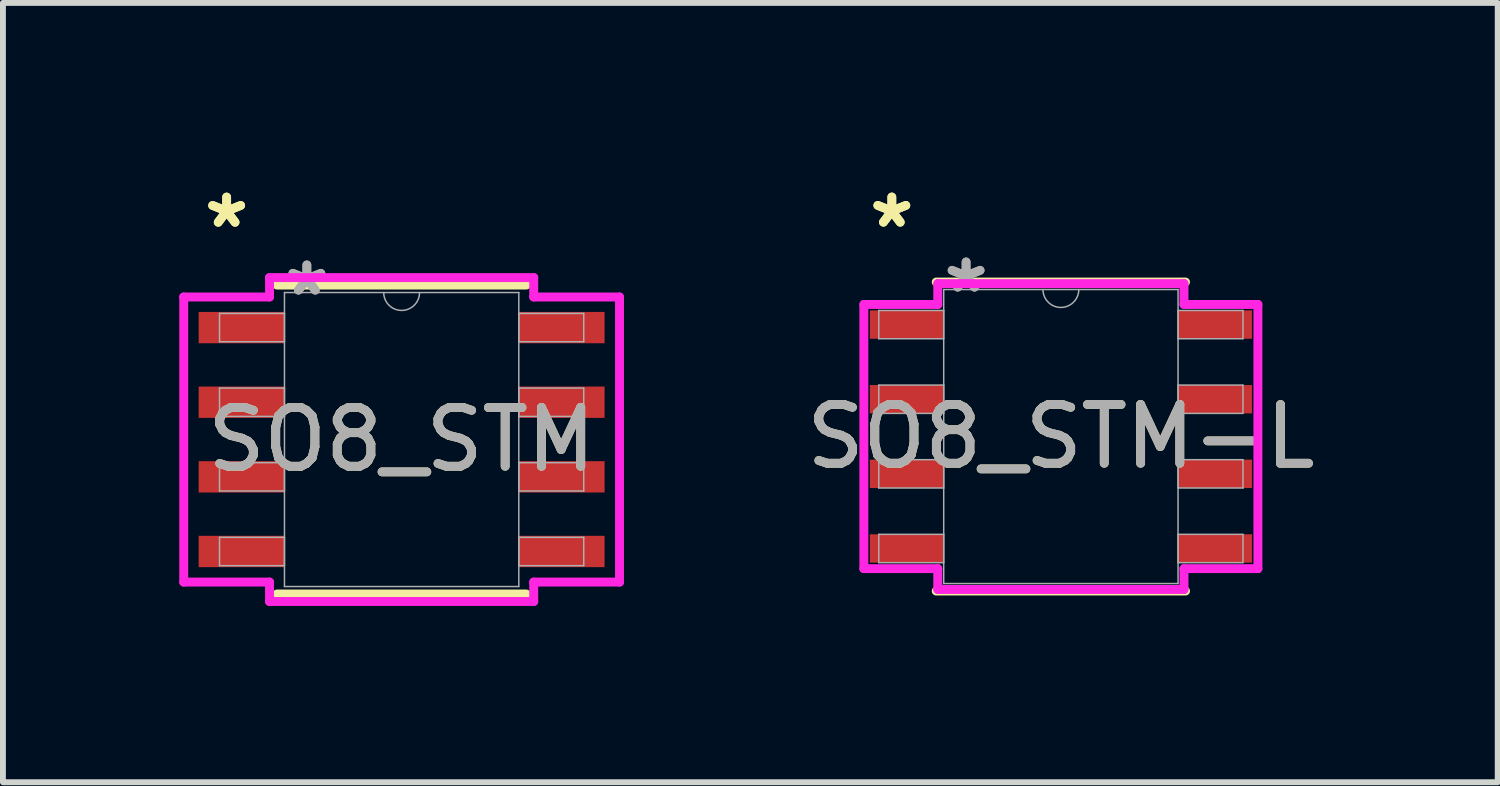
<source format=kicad_pcb>
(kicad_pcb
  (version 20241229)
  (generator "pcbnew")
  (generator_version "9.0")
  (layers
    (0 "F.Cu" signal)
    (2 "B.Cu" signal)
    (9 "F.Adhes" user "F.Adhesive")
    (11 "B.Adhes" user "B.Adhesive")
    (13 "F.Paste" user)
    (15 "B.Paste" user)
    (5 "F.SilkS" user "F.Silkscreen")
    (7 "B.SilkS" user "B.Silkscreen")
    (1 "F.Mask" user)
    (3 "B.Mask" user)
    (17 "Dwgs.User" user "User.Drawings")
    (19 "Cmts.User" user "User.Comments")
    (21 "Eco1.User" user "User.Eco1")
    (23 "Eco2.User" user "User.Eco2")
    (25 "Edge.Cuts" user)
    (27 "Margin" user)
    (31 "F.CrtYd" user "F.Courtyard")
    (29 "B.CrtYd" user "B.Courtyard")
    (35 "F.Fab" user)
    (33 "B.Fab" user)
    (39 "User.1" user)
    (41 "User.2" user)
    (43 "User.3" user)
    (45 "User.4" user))
  (footprint "SO8_STM"
    (layer "F.Cu")
    (at 3.785 4.43)
    (property "Reference" "SO8_STM" (at 0 0 0) (unlocked yes) (layer "F.SilkS") (effects (font (size 1 1) (thickness 0.15))))
    (attr smd)
    (fp_line (start -2.121 2.629) (end 2.121 2.629) (stroke (width 0.152) (type solid)) (layer "F.SilkS"))
    (fp_line (start 2.121 -2.629) (end -2.121 -2.629) (stroke (width 0.152) (type solid)) (layer "F.SilkS"))
    (fp_line (start -3.708 -2.426) (end -2.248 -2.426) (stroke (width 0.152) (type solid)) (layer "F.CrtYd"))
    (fp_line (start -3.708 2.426) (end -3.708 -2.426) (stroke (width 0.152) (type solid)) (layer "F.CrtYd"))
    (fp_line (start -3.708 2.426) (end -2.248 2.426) (stroke (width 0.152) (type solid)) (layer "F.CrtYd"))
    (fp_line (start -2.248 -2.756) (end 2.248 -2.756) (stroke (width 0.152) (type solid)) (layer "F.CrtYd"))
    (fp_line (start -2.248 -2.426) (end -2.248 -2.756) (stroke (width 0.152) (type solid)) (layer "F.CrtYd"))
    (fp_line (start -2.248 2.756) (end -2.248 2.426) (stroke (width 0.152) (type solid)) (layer "F.CrtYd"))
    (fp_line (start 2.248 -2.756) (end 2.248 -2.426) (stroke (width 0.152) (type solid)) (layer "F.CrtYd"))
    (fp_line (start 2.248 2.426) (end 2.248 2.756) (stroke (width 0.152) (type solid)) (layer "F.CrtYd"))
    (fp_line (start 2.248 2.756) (end -2.248 2.756) (stroke (width 0.152) (type solid)) (layer "F.CrtYd"))
    (fp_line (start 3.708 -2.426) (end 2.248 -2.426) (stroke (width 0.152) (type solid)) (layer "F.CrtYd"))
    (fp_line (start 3.708 -2.426) (end 3.708 2.426) (stroke (width 0.152) (type solid)) (layer "F.CrtYd"))
    (fp_line (start 3.708 2.426) (end 2.248 2.426) (stroke (width 0.152) (type solid)) (layer "F.CrtYd"))
    (fp_line (start -3.099 -2.146) (end -3.099 -1.664) (stroke (width 0.025) (type solid)) (layer "F.Fab"))
    (fp_line (start -3.099 -1.664) (end -1.994 -1.664) (stroke (width 0.025) (type solid)) (layer "F.Fab"))
    (fp_line (start -3.099 -0.876) (end -3.099 -0.394) (stroke (width 0.025) (type solid)) (layer "F.Fab"))
    (fp_line (start -3.099 -0.394) (end -1.994 -0.394) (stroke (width 0.025) (type solid)) (layer "F.Fab"))
    (fp_line (start -3.099 0.394) (end -3.099 0.876) (stroke (width 0.025) (type solid)) (layer "F.Fab"))
    (fp_line (start -3.099 0.876) (end -1.994 0.876) (stroke (width 0.025) (type solid)) (layer "F.Fab"))
    (fp_line (start -3.099 1.664) (end -3.099 2.146) (stroke (width 0.025) (type solid)) (layer "F.Fab"))
    (fp_line (start -3.099 2.146) (end -1.994 2.146) (stroke (width 0.025) (type solid)) (layer "F.Fab"))
    (fp_line (start -1.994 -2.502) (end -1.994 2.502) (stroke (width 0.025) (type solid)) (layer "F.Fab"))
    (fp_line (start -1.994 -2.146) (end -3.099 -2.146) (stroke (width 0.025) (type solid)) (layer "F.Fab"))
    (fp_line (start -1.994 -1.664) (end -1.994 -2.146) (stroke (width 0.025) (type solid)) (layer "F.Fab"))
    (fp_line (start -1.994 -0.876) (end -3.099 -0.876) (stroke (width 0.025) (type solid)) (layer "F.Fab"))
    (fp_line (start -1.994 -0.394) (end -1.994 -0.876) (stroke (width 0.025) (type solid)) (layer "F.Fab"))
    (fp_line (start -1.994 0.394) (end -3.099 0.394) (stroke (width 0.025) (type solid)) (layer "F.Fab"))
    (fp_line (start -1.994 0.876) (end -1.994 0.394) (stroke (width 0.025) (type solid)) (layer "F.Fab"))
    (fp_line (start -1.994 1.664) (end -3.099 1.664) (stroke (width 0.025) (type solid)) (layer "F.Fab"))
    (fp_line (start -1.994 2.146) (end -1.994 1.664) (stroke (width 0.025) (type solid)) (layer "F.Fab"))
    (fp_line (start -1.994 2.502) (end 1.994 2.502) (stroke (width 0.025) (type solid)) (layer "F.Fab"))
    (fp_line (start 1.994 -2.502) (end -1.994 -2.502) (stroke (width 0.025) (type solid)) (layer "F.Fab"))
    (fp_line (start 1.994 -2.146) (end 1.994 -1.664) (stroke (width 0.025) (type solid)) (layer "F.Fab"))
    (fp_line (start 1.994 -1.664) (end 3.099 -1.664) (stroke (width 0.025) (type solid)) (layer "F.Fab"))
    (fp_line (start 1.994 -0.876) (end 1.994 -0.394) (stroke (width 0.025) (type solid)) (layer "F.Fab"))
    (fp_line (start 1.994 -0.394) (end 3.099 -0.394) (stroke (width 0.025) (type solid)) (layer "F.Fab"))
    (fp_line (start 1.994 0.394) (end 1.994 0.876) (stroke (width 0.025) (type solid)) (layer "F.Fab"))
    (fp_line (start 1.994 0.876) (end 3.099 0.876) (stroke (width 0.025) (type solid)) (layer "F.Fab"))
    (fp_line (start 1.994 1.664) (end 1.994 2.146) (stroke (width 0.025) (type solid)) (layer "F.Fab"))
    (fp_line (start 1.994 2.146) (end 3.099 2.146) (stroke (width 0.025) (type solid)) (layer "F.Fab"))
    (fp_line (start 1.994 2.502) (end 1.994 -2.502) (stroke (width 0.025) (type solid)) (layer "F.Fab"))
    (fp_line (start 3.099 -2.146) (end 1.994 -2.146) (stroke (width 0.025) (type solid)) (layer "F.Fab"))
    (fp_line (start 3.099 -1.664) (end 3.099 -2.146) (stroke (width 0.025) (type solid)) (layer "F.Fab"))
    (fp_line (start 3.099 -0.876) (end 1.994 -0.876) (stroke (width 0.025) (type solid)) (layer "F.Fab"))
    (fp_line (start 3.099 -0.394) (end 3.099 -0.876) (stroke (width 0.025) (type solid)) (layer "F.Fab"))
    (fp_line (start 3.099 0.394) (end 1.994 0.394) (stroke (width 0.025) (type solid)) (layer "F.Fab"))
    (fp_line (start 3.099 0.876) (end 3.099 0.394) (stroke (width 0.025) (type solid)) (layer "F.Fab"))
    (fp_line (start 3.099 1.664) (end 1.994 1.664) (stroke (width 0.025) (type solid)) (layer "F.Fab"))
    (fp_line (start 3.099 2.146) (end 3.099 1.664) (stroke (width 0.025) (type solid)) (layer "F.Fab"))
    (fp_arc (start 0.3048 -2.5019) (mid 0 -2.1971) (end -0.3048 -2.5019) (stroke (width 0.0254) (type solid)) (layer "F.Fab"))
    (fp_text user "*" (at -2.978 -3.581 0) (layer "F.SilkS") (effects (font (size 1 1) (thickness 0.15))))
    (fp_text user "*" (at -2.978 -3.581 0) (unlocked yes) (layer "F.SilkS") (effects (font (size 1 1) (thickness 0.15))))
    (fp_text user "*" (at -1.613 -2.426 0) (unlocked yes) (layer "F.Fab") (effects (font (size 1 1) (thickness 0.15))))
    (fp_text user "${REFERENCE}" (at 0 0 0) (unlocked yes) (layer "F.Fab") (effects (font (size 1 1) (thickness 0.15))))
    (fp_text user "*" (at -1.613 -2.426 0) (layer "F.Fab") (effects (font (size 1 1) (thickness 0.15))))
    (pad "1" smd rect (at -2.724 -1.905) (size 1.46 0.533) (layers "F.Cu" "F.Mask" "F.Paste"))
    (pad "2" smd rect (at -2.724 -0.635) (size 1.46 0.533) (layers "F.Cu" "F.Mask" "F.Paste"))
    (pad "3" smd rect (at -2.724 0.635) (size 1.46 0.533) (layers "F.Cu" "F.Mask" "F.Paste"))
    (pad "4" smd rect (at -2.724 1.905) (size 1.46 0.533) (layers "F.Cu" "F.Mask" "F.Paste"))
    (pad "5" smd rect (at 2.724 1.905) (size 1.46 0.533) (layers "F.Cu" "F.Mask" "F.Paste"))
    (pad "6" smd rect (at 2.724 0.635) (size 1.46 0.533) (layers "F.Cu" "F.Mask" "F.Paste"))
    (pad "7" smd rect (at 2.724 -0.635) (size 1.46 0.533) (layers "F.Cu" "F.Mask" "F.Paste"))
    (pad "8" smd rect (at 2.724 -1.905) (size 1.46 0.533) (layers "F.Cu" "F.Mask" "F.Paste")))
  (footprint "SO8_STM-L"
    (layer "F.Cu")
    (at 15.004 4.379)
    (property "Reference" "SO8_STM-L" (at 0 0 0) (unlocked yes) (layer "F.SilkS") (effects (font (size 1 1) (thickness 0.15))))
    (attr smd)
    (fp_line (start -2.121 2.629) (end 2.121 2.629) (stroke (width 0.152) (type solid)) (layer "F.SilkS"))
    (fp_line (start 2.121 -2.629) (end -2.121 -2.629) (stroke (width 0.152) (type solid)) (layer "F.SilkS"))
    (fp_line (start -3.353 -2.248) (end -2.095 -2.248) (stroke (width 0.152) (type solid)) (layer "F.CrtYd"))
    (fp_line (start -3.353 2.248) (end -3.353 -2.248) (stroke (width 0.152) (type solid)) (layer "F.CrtYd"))
    (fp_line (start -3.353 2.248) (end -2.095 2.248) (stroke (width 0.152) (type solid)) (layer "F.CrtYd"))
    (fp_line (start -2.095 -2.603) (end 2.095 -2.603) (stroke (width 0.152) (type solid)) (layer "F.CrtYd"))
    (fp_line (start -2.095 -2.248) (end -2.095 -2.603) (stroke (width 0.152) (type solid)) (layer "F.CrtYd"))
    (fp_line (start -2.095 2.603) (end -2.095 2.248) (stroke (width 0.152) (type solid)) (layer "F.CrtYd"))
    (fp_line (start 2.095 -2.603) (end 2.095 -2.248) (stroke (width 0.152) (type solid)) (layer "F.CrtYd"))
    (fp_line (start 2.095 2.248) (end 2.095 2.603) (stroke (width 0.152) (type solid)) (layer "F.CrtYd"))
    (fp_line (start 2.095 2.603) (end -2.095 2.603) (stroke (width 0.152) (type solid)) (layer "F.CrtYd"))
    (fp_line (start 3.353 -2.248) (end 2.095 -2.248) (stroke (width 0.152) (type solid)) (layer "F.CrtYd"))
    (fp_line (start 3.353 -2.248) (end 3.353 2.248) (stroke (width 0.152) (type solid)) (layer "F.CrtYd"))
    (fp_line (start 3.353 2.248) (end 2.095 2.248) (stroke (width 0.152) (type solid)) (layer "F.CrtYd"))
    (fp_line (start -3.099 -2.146) (end -3.099 -1.664) (stroke (width 0.025) (type solid)) (layer "F.Fab"))
    (fp_line (start -3.099 -1.664) (end -1.994 -1.664) (stroke (width 0.025) (type solid)) (layer "F.Fab"))
    (fp_line (start -3.099 -0.876) (end -3.099 -0.394) (stroke (width 0.025) (type solid)) (layer "F.Fab"))
    (fp_line (start -3.099 -0.394) (end -1.994 -0.394) (stroke (width 0.025) (type solid)) (layer "F.Fab"))
    (fp_line (start -3.099 0.394) (end -3.099 0.876) (stroke (width 0.025) (type solid)) (layer "F.Fab"))
    (fp_line (start -3.099 0.876) (end -1.994 0.876) (stroke (width 0.025) (type solid)) (layer "F.Fab"))
    (fp_line (start -3.099 1.664) (end -3.099 2.146) (stroke (width 0.025) (type solid)) (layer "F.Fab"))
    (fp_line (start -3.099 2.146) (end -1.994 2.146) (stroke (width 0.025) (type solid)) (layer "F.Fab"))
    (fp_line (start -1.994 -2.502) (end -1.994 2.502) (stroke (width 0.025) (type solid)) (layer "F.Fab"))
    (fp_line (start -1.994 -2.146) (end -3.099 -2.146) (stroke (width 0.025) (type solid)) (layer "F.Fab"))
    (fp_line (start -1.994 -1.664) (end -1.994 -2.146) (stroke (width 0.025) (type solid)) (layer "F.Fab"))
    (fp_line (start -1.994 -0.876) (end -3.099 -0.876) (stroke (width 0.025) (type solid)) (layer "F.Fab"))
    (fp_line (start -1.994 -0.394) (end -1.994 -0.876) (stroke (width 0.025) (type solid)) (layer "F.Fab"))
    (fp_line (start -1.994 0.394) (end -3.099 0.394) (stroke (width 0.025) (type solid)) (layer "F.Fab"))
    (fp_line (start -1.994 0.876) (end -1.994 0.394) (stroke (width 0.025) (type solid)) (layer "F.Fab"))
    (fp_line (start -1.994 1.664) (end -3.099 1.664) (stroke (width 0.025) (type solid)) (layer "F.Fab"))
    (fp_line (start -1.994 2.146) (end -1.994 1.664) (stroke (width 0.025) (type solid)) (layer "F.Fab"))
    (fp_line (start -1.994 2.502) (end 1.994 2.502) (stroke (width 0.025) (type solid)) (layer "F.Fab"))
    (fp_line (start 1.994 -2.502) (end -1.994 -2.502) (stroke (width 0.025) (type solid)) (layer "F.Fab"))
    (fp_line (start 1.994 -2.146) (end 1.994 -1.664) (stroke (width 0.025) (type solid)) (layer "F.Fab"))
    (fp_line (start 1.994 -1.664) (end 3.099 -1.664) (stroke (width 0.025) (type solid)) (layer "F.Fab"))
    (fp_line (start 1.994 -0.876) (end 1.994 -0.394) (stroke (width 0.025) (type solid)) (layer "F.Fab"))
    (fp_line (start 1.994 -0.394) (end 3.099 -0.394) (stroke (width 0.025) (type solid)) (layer "F.Fab"))
    (fp_line (start 1.994 0.394) (end 1.994 0.876) (stroke (width 0.025) (type solid)) (layer "F.Fab"))
    (fp_line (start 1.994 0.876) (end 3.099 0.876) (stroke (width 0.025) (type solid)) (layer "F.Fab"))
    (fp_line (start 1.994 1.664) (end 1.994 2.146) (stroke (width 0.025) (type solid)) (layer "F.Fab"))
    (fp_line (start 1.994 2.146) (end 3.099 2.146) (stroke (width 0.025) (type solid)) (layer "F.Fab"))
    (fp_line (start 1.994 2.502) (end 1.994 -2.502) (stroke (width 0.025) (type solid)) (layer "F.Fab"))
    (fp_line (start 3.099 -2.146) (end 1.994 -2.146) (stroke (width 0.025) (type solid)) (layer "F.Fab"))
    (fp_line (start 3.099 -1.664) (end 3.099 -2.146) (stroke (width 0.025) (type solid)) (layer "F.Fab"))
    (fp_line (start 3.099 -0.876) (end 1.994 -0.876) (stroke (width 0.025) (type solid)) (layer "F.Fab"))
    (fp_line (start 3.099 -0.394) (end 3.099 -0.876) (stroke (width 0.025) (type solid)) (layer "F.Fab"))
    (fp_line (start 3.099 0.394) (end 1.994 0.394) (stroke (width 0.025) (type solid)) (layer "F.Fab"))
    (fp_line (start 3.099 0.876) (end 3.099 0.394) (stroke (width 0.025) (type solid)) (layer "F.Fab"))
    (fp_line (start 3.099 1.664) (end 1.994 1.664) (stroke (width 0.025) (type solid)) (layer "F.Fab"))
    (fp_line (start 3.099 2.146) (end 3.099 1.664) (stroke (width 0.025) (type solid)) (layer "F.Fab"))
    (fp_arc (start 0.3048 -2.5019) (mid 0 -2.1971) (end -0.3048 -2.5019) (stroke (width 0.0254) (type solid)) (layer "F.Fab"))
    (fp_text user "*" (at -2.877 -3.531 0) (layer "F.SilkS") (effects (font (size 1 1) (thickness 0.15))))
    (fp_text user "*" (at -2.877 -3.531 0) (unlocked yes) (layer "F.SilkS") (effects (font (size 1 1) (thickness 0.15))))
    (fp_text user "*" (at -1.613 -2.426 0) (unlocked yes) (layer "F.Fab") (effects (font (size 1 1) (thickness 0.15))))
    (fp_text user "${REFERENCE}" (at 0 0 0) (unlocked yes) (layer "F.Fab") (effects (font (size 1 1) (thickness 0.15))))
    (fp_text user "*" (at -1.613 -2.426 0) (layer "F.Fab") (effects (font (size 1 1) (thickness 0.15))))
    (pad "1" smd rect (at -2.623 -1.905) (size 1.257 0.483) (layers "F.Cu" "F.Mask" "F.Paste"))
    (pad "2" smd rect (at -2.623 -0.635) (size 1.257 0.483) (layers "F.Cu" "F.Mask" "F.Paste"))
    (pad "3" smd rect (at -2.623 0.635) (size 1.257 0.483) (layers "F.Cu" "F.Mask" "F.Paste"))
    (pad "4" smd rect (at -2.623 1.905) (size 1.257 0.483) (layers "F.Cu" "F.Mask" "F.Paste"))
    (pad "5" smd rect (at 2.623 1.905) (size 1.257 0.483) (layers "F.Cu" "F.Mask" "F.Paste"))
    (pad "6" smd rect (at 2.623 0.635) (size 1.257 0.483) (layers "F.Cu" "F.Mask" "F.Paste"))
    (pad "7" smd rect (at 2.623 -0.635) (size 1.257 0.483) (layers "F.Cu" "F.Mask" "F.Paste"))
    (pad "8" smd rect (at 2.623 -1.905) (size 1.257 0.483) (layers "F.Cu" "F.Mask" "F.Paste")))
  (gr_rect
    (start -3 -3)
    (end 22.438 10.262)
    (stroke (width 0.1) (type default))
    (fill no)
    (layer "Edge.Cuts")))
</source>
